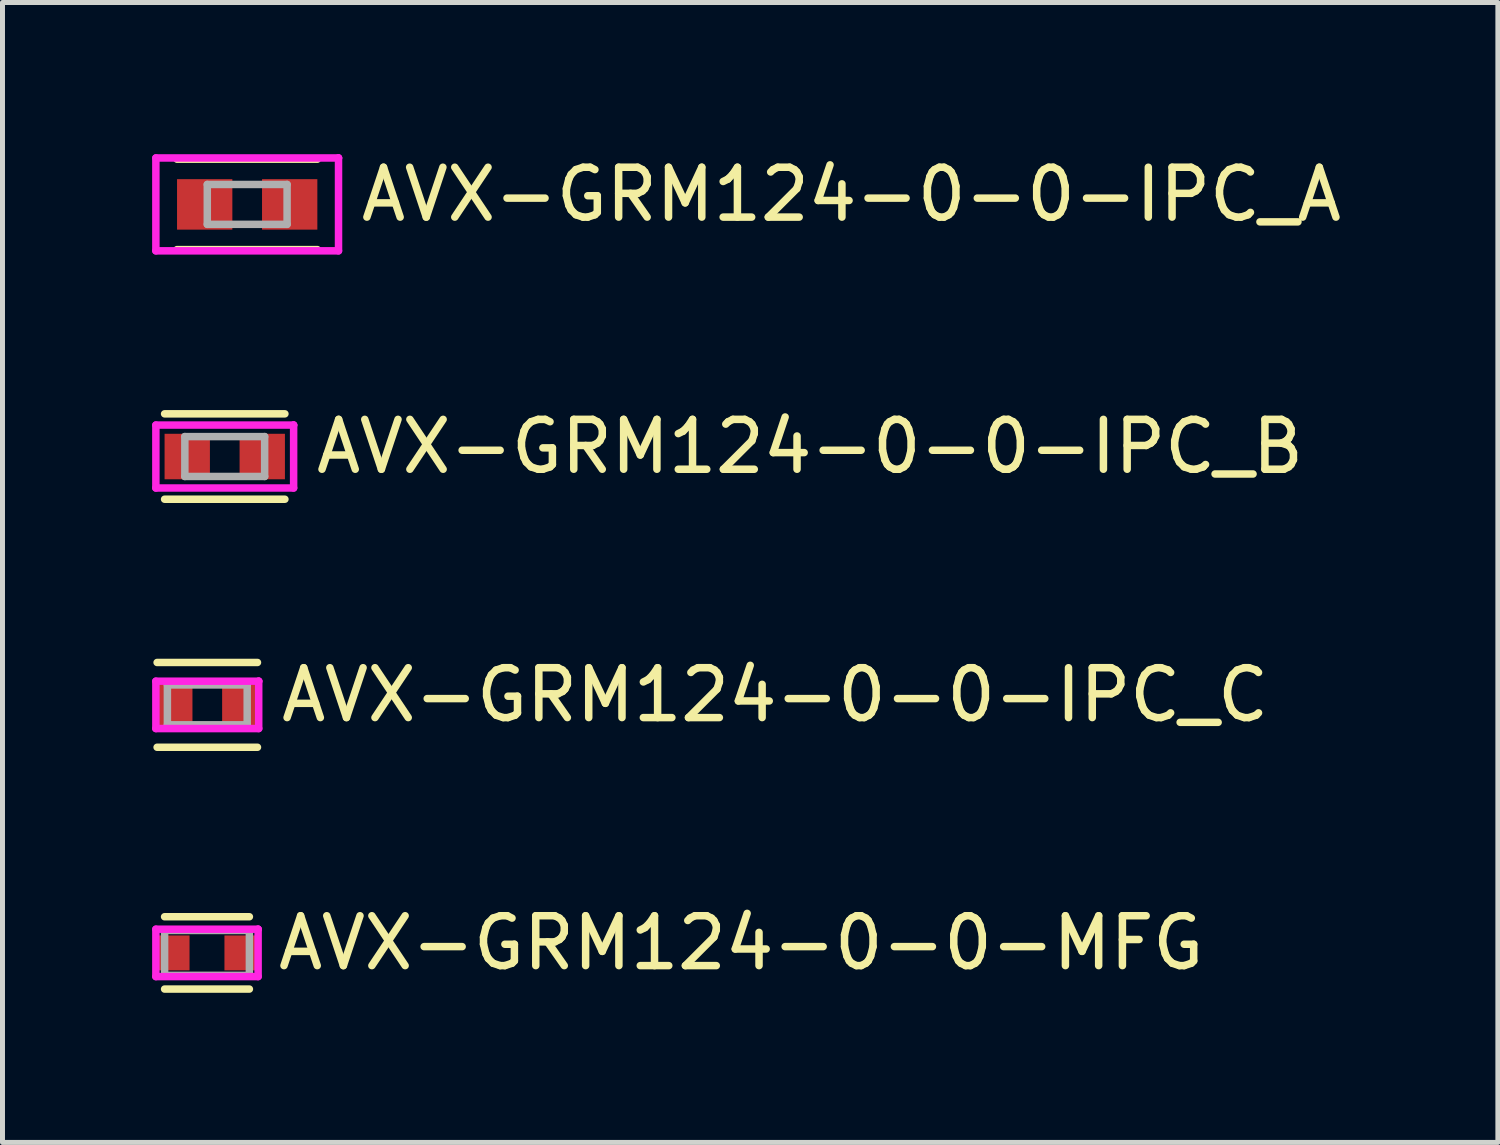
<source format=kicad_pcb>
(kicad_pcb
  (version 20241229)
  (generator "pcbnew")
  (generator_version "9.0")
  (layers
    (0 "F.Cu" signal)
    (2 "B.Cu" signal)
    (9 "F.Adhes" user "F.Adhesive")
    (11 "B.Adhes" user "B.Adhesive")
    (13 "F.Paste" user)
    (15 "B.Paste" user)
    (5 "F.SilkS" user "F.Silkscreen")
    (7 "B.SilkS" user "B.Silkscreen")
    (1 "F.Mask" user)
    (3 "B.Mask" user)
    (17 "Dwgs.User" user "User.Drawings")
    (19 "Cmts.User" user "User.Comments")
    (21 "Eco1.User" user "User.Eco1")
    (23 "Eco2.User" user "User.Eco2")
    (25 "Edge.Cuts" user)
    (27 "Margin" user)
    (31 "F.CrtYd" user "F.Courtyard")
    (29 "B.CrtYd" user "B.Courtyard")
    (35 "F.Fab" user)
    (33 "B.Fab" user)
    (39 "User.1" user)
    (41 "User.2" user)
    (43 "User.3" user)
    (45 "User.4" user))
  (footprint "AVX-GRM124-0-0-MFG"
    (layer "F.Cu")
    (at 1.1 16.055)
    (property "Reference" "AVX-GRM124-0-0-MFG" (at 1.35 -0.2 0) (layer "F.SilkS") (effects (font (size 1 1) (thickness 0.15)) (justify left)))
    (attr through_hole)
    (fp_line (start -0.85 -0.725) (end 0.85 -0.725) (stroke (width 0.15) (type solid)) (layer "F.SilkS"))
    (fp_line (start -0.85 0.725) (end 0.85 0.725) (stroke (width 0.15) (type solid)) (layer "F.SilkS"))
    (fp_line (start -1.025 -0.475) (end -1.025 0.475) (stroke (width 0.15) (type solid)) (layer "F.CrtYd"))
    (fp_line (start -1.025 0.475) (end 1.025 0.475) (stroke (width 0.15) (type solid)) (layer "F.CrtYd"))
    (fp_line (start 1.025 -0.475) (end -1.025 -0.475) (stroke (width 0.15) (type solid)) (layer "F.CrtYd"))
    (fp_line (start 1.025 -0.475) (end 1.025 -0.475) (stroke (width 0.15) (type solid)) (layer "F.CrtYd"))
    (fp_line (start 1.025 0.475) (end 1.025 -0.475) (stroke (width 0.15) (type solid)) (layer "F.CrtYd"))
    (fp_line (start -0.85 -0.45) (end 0.85 -0.45) (stroke (width 0.15) (type solid)) (layer "F.Fab"))
    (fp_line (start -0.85 0.45) (end -0.85 -0.45) (stroke (width 0.15) (type solid)) (layer "F.Fab"))
    (fp_line (start 0.85 -0.45) (end 0.85 0.45) (stroke (width 0.15) (type solid)) (layer "F.Fab"))
    (fp_line (start 0.85 0.45) (end -0.85 0.45) (stroke (width 0.15) (type solid)) (layer "F.Fab"))
    (pad "1" smd rect (at -0.675 0) (size 0.65 0.7) (layers "F.Cu" "F.Mask" "F.Paste"))
    (pad "2" smd rect (at 0.675 0) (size 0.65 0.7) (layers "F.Cu" "F.Mask" "F.Paste")))
  (footprint "AVX-GRM124-0-0-IPC_B"
    (layer "F.Cu")
    (at 1.456 6.103)
    (property "Reference" "AVX-GRM124-0-0-IPC_B" (at 1.756 -0.2 0) (layer "F.SilkS") (effects (font (size 1 1) (thickness 0.15)) (justify left)))
    (attr through_hole)
    (fp_line (start -1.206 -0.856) (end 1.206 -0.856) (stroke (width 0.15) (type solid)) (layer "F.SilkS"))
    (fp_line (start -1.206 0.856) (end 1.206 0.856) (stroke (width 0.15) (type solid)) (layer "F.SilkS"))
    (fp_line (start -1.381 -0.631) (end -1.381 0.631) (stroke (width 0.15) (type solid)) (layer "F.CrtYd"))
    (fp_line (start -1.381 0.631) (end 1.381 0.631) (stroke (width 0.15) (type solid)) (layer "F.CrtYd"))
    (fp_line (start 1.381 -0.631) (end -1.381 -0.631) (stroke (width 0.15) (type solid)) (layer "F.CrtYd"))
    (fp_line (start 1.381 -0.631) (end 1.381 -0.631) (stroke (width 0.15) (type solid)) (layer "F.CrtYd"))
    (fp_line (start 1.381 0.631) (end 1.381 -0.631) (stroke (width 0.15) (type solid)) (layer "F.CrtYd"))
    (fp_line (start -0.8 -0.4) (end 0.8 -0.4) (stroke (width 0.15) (type solid)) (layer "F.Fab"))
    (fp_line (start -0.8 0.4) (end -0.8 -0.4) (stroke (width 0.15) (type solid)) (layer "F.Fab"))
    (fp_line (start 0.8 -0.4) (end 0.8 0.4) (stroke (width 0.15) (type solid)) (layer "F.Fab"))
    (fp_line (start 0.8 0.4) (end -0.8 0.4) (stroke (width 0.15) (type solid)) (layer "F.Fab"))
    (pad "1" smd rect (at -0.752 0) (size 0.909 0.912) (layers "F.Cu" "F.Mask" "F.Paste"))
    (pad "2" smd rect (at 0.752 0) (size 0.909 0.912) (layers "F.Cu" "F.Mask" "F.Paste")))
  (footprint "AVX-GRM124-0-0-IPC_A"
    (layer "F.Cu")
    (at 1.906 1.048)
    (property "Reference" "AVX-GRM124-0-0-IPC_A" (at 2.206 -0.2 0) (layer "F.SilkS") (effects (font (size 1 1) (thickness 0.15)) (justify left)))
    (attr through_hole)
    (fp_line (start -1.406 -0.906) (end 1.406 -0.906) (stroke (width 0.15) (type solid)) (layer "F.SilkS"))
    (fp_line (start -1.406 0.906) (end 1.406 0.906) (stroke (width 0.15) (type solid)) (layer "F.SilkS"))
    (fp_line (start -1.831 -0.931) (end -1.831 0.931) (stroke (width 0.15) (type solid)) (layer "F.CrtYd"))
    (fp_line (start -1.831 0.931) (end 1.831 0.931) (stroke (width 0.15) (type solid)) (layer "F.CrtYd"))
    (fp_line (start 1.831 -0.931) (end -1.831 -0.931) (stroke (width 0.15) (type solid)) (layer "F.CrtYd"))
    (fp_line (start 1.831 -0.931) (end 1.831 -0.931) (stroke (width 0.15) (type solid)) (layer "F.CrtYd"))
    (fp_line (start 1.831 0.931) (end 1.831 -0.931) (stroke (width 0.15) (type solid)) (layer "F.CrtYd"))
    (fp_line (start -0.8 -0.4) (end 0.8 -0.4) (stroke (width 0.15) (type solid)) (layer "F.Fab"))
    (fp_line (start -0.8 0.4) (end -0.8 -0.4) (stroke (width 0.15) (type solid)) (layer "F.Fab"))
    (fp_line (start 0.8 -0.4) (end 0.8 0.4) (stroke (width 0.15) (type solid)) (layer "F.Fab"))
    (fp_line (start 0.8 0.4) (end -0.8 0.4) (stroke (width 0.15) (type solid)) (layer "F.Fab"))
    (pad "1" smd rect (at -0.852 0) (size 1.109 1.012) (layers "F.Cu" "F.Mask" "F.Paste"))
    (pad "2" smd rect (at 0.852 0) (size 1.109 1.012) (layers "F.Cu" "F.Mask" "F.Paste")))
  (footprint "AVX-GRM124-0-0-IPC_C"
    (layer "F.Cu")
    (at 1.106 11.082)
    (property "Reference" "AVX-GRM124-0-0-IPC_C" (at 1.406 -0.2 0) (layer "F.SilkS") (effects (font (size 1 1) (thickness 0.15)) (justify left)))
    (attr through_hole)
    (fp_line (start -1.006 -0.85) (end 1.006 -0.85) (stroke (width 0.15) (type solid)) (layer "F.SilkS"))
    (fp_line (start -1.006 0.85) (end 1.006 0.85) (stroke (width 0.15) (type solid)) (layer "F.SilkS"))
    (fp_line (start -1.031 -0.475) (end -1.031 0.475) (stroke (width 0.15) (type solid)) (layer "F.CrtYd"))
    (fp_line (start -1.031 0.475) (end 1.031 0.475) (stroke (width 0.15) (type solid)) (layer "F.CrtYd"))
    (fp_line (start 1.031 -0.475) (end -1.031 -0.475) (stroke (width 0.15) (type solid)) (layer "F.CrtYd"))
    (fp_line (start 1.031 -0.475) (end 1.031 -0.475) (stroke (width 0.15) (type solid)) (layer "F.CrtYd"))
    (fp_line (start 1.031 0.475) (end 1.031 -0.475) (stroke (width 0.15) (type solid)) (layer "F.CrtYd"))
    (fp_line (start -0.8 -0.4) (end 0.8 -0.4) (stroke (width 0.15) (type solid)) (layer "F.Fab"))
    (fp_line (start -0.8 0.4) (end -0.8 -0.4) (stroke (width 0.15) (type solid)) (layer "F.Fab"))
    (fp_line (start 0.8 -0.4) (end 0.8 0.4) (stroke (width 0.15) (type solid)) (layer "F.Fab"))
    (fp_line (start 0.8 0.4) (end -0.8 0.4) (stroke (width 0.15) (type solid)) (layer "F.Fab"))
    (pad "1" smd rect (at -0.652 0) (size 0.709 0.812) (layers "F.Cu" "F.Mask" "F.Paste"))
    (pad "2" smd rect (at 0.652 0) (size 0.709 0.812) (layers "F.Cu" "F.Mask" "F.Paste")))
  (gr_rect
    (start -3 -3)
    (end 26.981 19.855)
    (stroke (width 0.1) (type default))
    (fill no)
    (layer "Edge.Cuts")))
</source>
